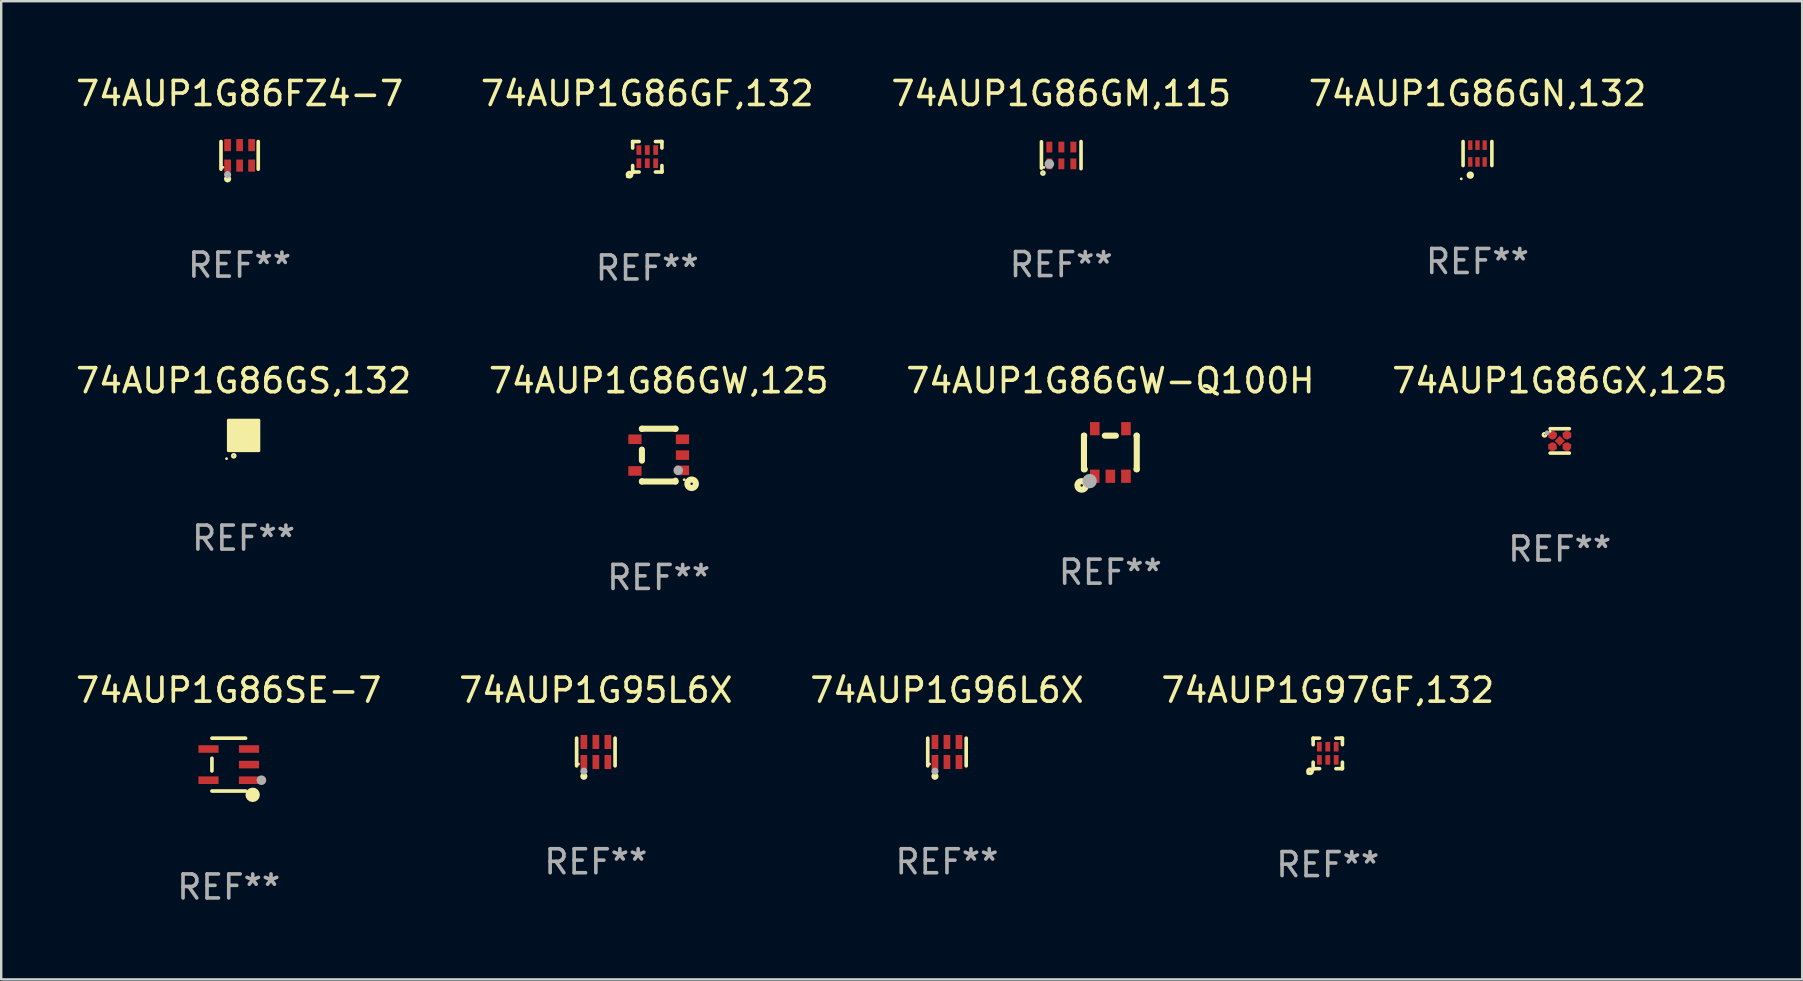
<source format=kicad_pcb>
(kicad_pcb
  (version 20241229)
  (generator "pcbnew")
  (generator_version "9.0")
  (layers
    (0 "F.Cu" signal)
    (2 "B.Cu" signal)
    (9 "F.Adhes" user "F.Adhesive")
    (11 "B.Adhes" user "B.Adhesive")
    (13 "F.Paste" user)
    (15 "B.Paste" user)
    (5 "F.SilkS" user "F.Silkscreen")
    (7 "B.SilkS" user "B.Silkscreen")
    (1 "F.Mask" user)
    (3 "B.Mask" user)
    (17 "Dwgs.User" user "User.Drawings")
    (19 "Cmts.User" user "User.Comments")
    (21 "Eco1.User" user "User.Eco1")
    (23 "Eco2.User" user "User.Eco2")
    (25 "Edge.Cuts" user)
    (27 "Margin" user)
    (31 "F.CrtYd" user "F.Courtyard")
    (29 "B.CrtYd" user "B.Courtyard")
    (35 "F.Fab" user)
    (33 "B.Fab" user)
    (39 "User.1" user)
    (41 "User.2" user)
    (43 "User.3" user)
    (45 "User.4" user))
  (footprint "74AUP1G86GM,115"
    (layer "F.Cu")
    (at 41.173 3.413)
    (property "Reference" "74AUP1G86GM,115" (at 0 -2.565 0) (layer "F.SilkS") (effects (font (size 1 1) (thickness 0.15))))
    (attr through_hole)
    (fp_line (start -0.825 -0.555) (end -0.825 0.545) (stroke (width 0.15) (type solid)) (layer "F.SilkS"))
    (fp_line (start 0.825 -0.565) (end 0.825 0.565) (stroke (width 0.15) (type solid)) (layer "F.SilkS"))
    (fp_circle (center -0.763 0.749) (end -0.695 0.749) (stroke (width 0.1) (type solid)) (fill no) (layer "F.SilkS"))
    (fp_circle (center -0.72 0.515) (end -0.69 0.515) (stroke (width 0.06) (type solid)) (fill no) (layer "F.SilkS"))
    (fp_circle (center -0.496 0.371) (end -0.396 0.371) (stroke (width 0.2) (type solid)) (fill no) (layer "F.Fab"))
    (fp_text user "REF**" (at 0 4.565 0) (layer "F.Fab") (effects (font (size 1 1) (thickness 0.15))))
    (pad "1" smd rect (at -0.495 0.365) (size 0.25 0.45) (layers "F.Cu" "F.Mask" "F.Paste"))
    (pad "2" smd rect (at 0.005 0.365) (size 0.25 0.45) (layers "F.Cu" "F.Mask" "F.Paste"))
    (pad "3" smd rect (at 0.505 0.365) (size 0.25 0.45) (layers "F.Cu" "F.Mask" "F.Paste"))
    (pad "4" smd rect (at 0.505 -0.335) (size 0.25 0.45) (layers "F.Cu" "F.Mask" "F.Paste"))
    (pad "5" smd rect (at 0.005 -0.335) (size 0.25 0.45) (layers "F.Cu" "F.Mask" "F.Paste"))
    (pad "6" smd rect (at -0.495 -0.335) (size 0.25 0.45) (layers "F.Cu" "F.Mask" "F.Paste")))
  (footprint "74AUP1G86GW,125"
    (layer "F.Cu")
    (at 24.399 15.915)
    (property "Reference" "74AUP1G86GW,125" (at 0 -3.1 0) (layer "F.SilkS") (effects (font (size 1 1) (thickness 0.15))))
    (attr through_hole)
    (fp_line (start -0.7 -1.1) (end 0.7 -1.1) (stroke (width 0.254) (type solid)) (layer "F.SilkS"))
    (fp_line (start -0.7 -1.09) (end -0.7 -1.1) (stroke (width 0.254) (type solid)) (layer "F.SilkS"))
    (fp_line (start -0.7 0.23) (end -0.7 -0.23) (stroke (width 0.254) (type solid)) (layer "F.SilkS"))
    (fp_line (start -0.7 1.1) (end -0.7 1.09) (stroke (width 0.254) (type solid)) (layer "F.SilkS"))
    (fp_line (start -0.7 1.1) (end 0.7 1.1) (stroke (width 0.254) (type solid)) (layer "F.SilkS"))
    (fp_line (start 0.7 -1.09) (end 0.7 -1.1) (stroke (width 0.254) (type solid)) (layer "F.SilkS"))
    (fp_line (start 0.7 1.1) (end 0.7 1.065) (stroke (width 0.254) (type solid)) (layer "F.SilkS"))
    (fp_circle (center 1.062 1.025) (end 1.092 1.025) (stroke (width 0.06) (type solid)) (fill no) (layer "F.SilkS"))
    (fp_circle (center 1.372 1.194) (end 1.422 1.194) (stroke (width 0.254) (type solid)) (fill no) (layer "F.SilkS"))
    (fp_circle (center 0.813 0.635) (end 0.913 0.635) (stroke (width 0.2) (type solid)) (fill no) (layer "F.Fab"))
    (fp_text user "REF**" (at 0 5.1 0) (layer "F.Fab") (effects (font (size 1 1) (thickness 0.15))))
    (pad "1" smd rect (at 0.991 0.635 270) (size 0.399 0.551) (layers "F.Cu" "F.Mask" "F.Paste"))
    (pad "2" smd rect (at 0.991 0.000051 270) (size 0.399 0.551) (layers "F.Cu" "F.Mask" "F.Paste"))
    (pad "3" smd rect (at 0.991 -0.66 270) (size 0.399 0.551) (layers "F.Cu" "F.Mask" "F.Paste"))
    (pad "4" smd rect (at -0.991 -0.66 270) (size 0.399 0.551) (layers "F.Cu" "F.Mask" "F.Paste"))
    (pad "5" smd rect (at -0.991 0.66 270) (size 0.399 0.551) (layers "F.Cu" "F.Mask" "F.Paste")))
  (footprint "74AUP1G97GF,132"
    (layer "F.Cu")
    (at 52.28 28.346)
    (property "Reference" "74AUP1G97GF,132" (at 0 -2.635 0) (layer "F.SilkS") (effects (font (size 1 1) (thickness 0.15))))
    (attr through_hole)
    (fp_line (start -0.61 0.635) (end -0.61 0.365) (stroke (width 0.15) (type solid)) (layer "F.SilkS"))
    (fp_line (start -0.61 -0.635) (end -0.34 -0.635) (stroke (width 0.15) (type solid)) (layer "F.SilkS"))
    (fp_line (start -0.61 -0.585) (end -0.61 -0.635) (stroke (width 0.15) (type solid)) (layer "F.SilkS"))
    (fp_line (start -0.61 -0.365) (end -0.61 -0.585) (stroke (width 0.15) (type solid)) (layer "F.SilkS"))
    (fp_line (start -0.56 0.635) (end -0.61 0.635) (stroke (width 0.15) (type solid)) (layer "F.SilkS"))
    (fp_line (start -0.34 0.635) (end -0.56 0.635) (stroke (width 0.15) (type solid)) (layer "F.SilkS"))
    (fp_line (start 0.34 -0.635) (end 0.56 -0.635) (stroke (width 0.15) (type solid)) (layer "F.SilkS"))
    (fp_line (start 0.56 -0.635) (end 0.61 -0.635) (stroke (width 0.15) (type solid)) (layer "F.SilkS"))
    (fp_line (start 0.61 -0.635) (end 0.61 -0.365) (stroke (width 0.15) (type solid)) (layer "F.SilkS"))
    (fp_line (start 0.61 0.365) (end 0.61 0.585) (stroke (width 0.15) (type solid)) (layer "F.SilkS"))
    (fp_line (start 0.61 0.585) (end 0.61 0.635) (stroke (width 0.15) (type solid)) (layer "F.SilkS"))
    (fp_line (start 0.61 0.635) (end 0.34 0.635) (stroke (width 0.15) (type solid)) (layer "F.SilkS"))
    (fp_circle (center -0.829 0.834) (end -0.799 0.834) (stroke (width 0.06) (type solid)) (fill no) (layer "F.SilkS"))
    (fp_circle (center -0.74 0.745) (end -0.726 0.745) (stroke (width 0.15) (type solid)) (fill no) (layer "F.SilkS"))
    (fp_text user "REF**" (at 0 4.635 0) (layer "F.Fab") (effects (font (size 1 1) (thickness 0.15))))
    (pad "1" smd rect (at -0.35 0.27) (size 0.2 0.4) (layers "F.Cu" "F.Mask" "F.Paste"))
    (pad "2" smd rect (at -0.000051 0.27) (size 0.2 0.4) (layers "F.Cu" "F.Mask" "F.Paste"))
    (pad "3" smd rect (at 0.35 0.27) (size 0.2 0.4) (layers "F.Cu" "F.Mask" "F.Paste"))
    (pad "4" smd rect (at 0.35 -0.28) (size 0.2 0.4) (layers "F.Cu" "F.Mask" "F.Paste"))
    (pad "5" smd rect (at -0.000051 -0.28) (size 0.2 0.4) (layers "F.Cu" "F.Mask" "F.Paste"))
    (pad "6" smd rect (at -0.35 -0.28) (size 0.2 0.4) (layers "F.Cu" "F.Mask" "F.Paste")))
  (footprint "74AUP1G86SE-7"
    (layer "F.Cu")
    (at 6.482 28.812)
    (property "Reference" "74AUP1G86SE-7" (at 0 -3.101 0) (layer "F.SilkS") (effects (font (size 1 1) (thickness 0.15))))
    (attr through_hole)
    (fp_line (start -0.701 -0.264) (end -0.701 0.264) (stroke (width 0.152) (type solid)) (layer "F.SilkS"))
    (fp_line (start 0.701 -1.101) (end -0.701 -1.101) (stroke (width 0.152) (type solid)) (layer "F.SilkS"))
    (fp_line (start 0.701 1.101) (end -0.701 1.101) (stroke (width 0.152) (type solid)) (layer "F.SilkS"))
    (fp_circle (center 0.997 1.26) (end 1.147 1.26) (stroke (width 0.3) (type solid)) (fill no) (layer "F.SilkS"))
    (fp_circle (center 1.063 1.025) (end 1.093 1.025) (stroke (width 0.06) (type solid)) (fill no) (layer "F.SilkS"))
    (fp_circle (center 1.362 0.65) (end 1.463 0.65) (stroke (width 0.2) (type solid)) (fill no) (layer "F.Fab"))
    (fp_text user "REF**" (at 0 5.101 0) (layer "F.Fab") (effects (font (size 1 1) (thickness 0.15))))
    (pad "1" smd rect (at 0.844 0.65) (size 0.839 0.315) (layers "F.Cu" "F.Mask" "F.Paste"))
    (pad "2" smd rect (at 0.844 0) (size 0.839 0.315) (layers "F.Cu" "F.Mask" "F.Paste"))
    (pad "3" smd rect (at 0.844 -0.65) (size 0.839 0.315) (layers "F.Cu" "F.Mask" "F.Paste"))
    (pad "4" smd rect (at -0.844 -0.65) (size 0.839 0.315) (layers "F.Cu" "F.Mask" "F.Paste"))
    (pad "5" smd rect (at -0.844 0.65) (size 0.839 0.315) (layers "F.Cu" "F.Mask" "F.Paste")))
  (footprint "74AUP1G86GF,132"
    (layer "F.Cu")
    (at 23.923 3.483)
    (property "Reference" "74AUP1G86GF,132" (at 0 -2.635 0) (layer "F.SilkS") (effects (font (size 1 1) (thickness 0.15))))
    (attr through_hole)
    (fp_line (start -0.61 0.635) (end -0.61 0.365) (stroke (width 0.15) (type solid)) (layer "F.SilkS"))
    (fp_line (start -0.61 -0.635) (end -0.34 -0.635) (stroke (width 0.15) (type solid)) (layer "F.SilkS"))
    (fp_line (start -0.61 -0.585) (end -0.61 -0.635) (stroke (width 0.15) (type solid)) (layer "F.SilkS"))
    (fp_line (start -0.61 -0.365) (end -0.61 -0.585) (stroke (width 0.15) (type solid)) (layer "F.SilkS"))
    (fp_line (start -0.56 0.635) (end -0.61 0.635) (stroke (width 0.15) (type solid)) (layer "F.SilkS"))
    (fp_line (start -0.34 0.635) (end -0.56 0.635) (stroke (width 0.15) (type solid)) (layer "F.SilkS"))
    (fp_line (start 0.34 -0.635) (end 0.56 -0.635) (stroke (width 0.15) (type solid)) (layer "F.SilkS"))
    (fp_line (start 0.56 -0.635) (end 0.61 -0.635) (stroke (width 0.15) (type solid)) (layer "F.SilkS"))
    (fp_line (start 0.61 -0.635) (end 0.61 -0.365) (stroke (width 0.15) (type solid)) (layer "F.SilkS"))
    (fp_line (start 0.61 0.365) (end 0.61 0.585) (stroke (width 0.15) (type solid)) (layer "F.SilkS"))
    (fp_line (start 0.61 0.585) (end 0.61 0.635) (stroke (width 0.15) (type solid)) (layer "F.SilkS"))
    (fp_line (start 0.61 0.635) (end 0.34 0.635) (stroke (width 0.15) (type solid)) (layer "F.SilkS"))
    (fp_circle (center -0.829 0.834) (end -0.799 0.834) (stroke (width 0.06) (type solid)) (fill no) (layer "F.SilkS"))
    (fp_circle (center -0.74 0.745) (end -0.726 0.745) (stroke (width 0.15) (type solid)) (fill no) (layer "F.SilkS"))
    (fp_text user "REF**" (at 0 4.635 0) (layer "F.Fab") (effects (font (size 1 1) (thickness 0.15))))
    (pad "1" smd rect (at -0.35 0.27) (size 0.2 0.4) (layers "F.Cu" "F.Mask" "F.Paste"))
    (pad "2" smd rect (at -0.000051 0.27) (size 0.2 0.4) (layers "F.Cu" "F.Mask" "F.Paste"))
    (pad "3" smd rect (at 0.35 0.27) (size 0.2 0.4) (layers "F.Cu" "F.Mask" "F.Paste"))
    (pad "4" smd rect (at 0.35 -0.28) (size 0.2 0.4) (layers "F.Cu" "F.Mask" "F.Paste"))
    (pad "5" smd rect (at -0.000051 -0.28) (size 0.2 0.4) (layers "F.Cu" "F.Mask" "F.Paste"))
    (pad "6" smd rect (at -0.35 -0.28) (size 0.2 0.4) (layers "F.Cu" "F.Mask" "F.Paste")))
  (footprint "74AUP1G96L6X"
    (layer "F.Cu")
    (at 36.411 28.287)
    (property "Reference" "74AUP1G96L6X" (at 0 -2.576 0) (layer "F.SilkS") (effects (font (size 1 1) (thickness 0.15))))
    (attr through_hole)
    (fp_line (start -0.801 0.576) (end -0.801 -0.576) (stroke (width 0.152) (type solid)) (layer "F.SilkS"))
    (fp_line (start 0.801 0.576) (end 0.801 -0.576) (stroke (width 0.152) (type solid)) (layer "F.SilkS"))
    (fp_circle (center -0.725 0.5) (end -0.695 0.5) (stroke (width 0.06) (type solid)) (fill no) (layer "F.SilkS"))
    (fp_circle (center -0.5 1.01) (end -0.425 1.01) (stroke (width 0.15) (type solid)) (fill no) (layer "F.SilkS"))
    (fp_circle (center -0.5 0.8) (end -0.425 0.8) (stroke (width 0.15) (type solid)) (fill no) (layer "F.Fab"))
    (fp_text user "REF**" (at 0 4.576 0) (layer "F.Fab") (effects (font (size 1 1) (thickness 0.15))))
    (pad "1" smd rect (at -0.5 0.418) (size 0.28 0.585) (layers "F.Cu" "F.Mask" "F.Paste"))
    (pad "2" smd rect (at 0 0.418) (size 0.28 0.585) (layers "F.Cu" "F.Mask" "F.Paste"))
    (pad "3" smd rect (at 0.5 0.418) (size 0.28 0.585) (layers "F.Cu" "F.Mask" "F.Paste"))
    (pad "4" smd rect (at 0.5 -0.418) (size 0.28 0.585) (layers "F.Cu" "F.Mask" "F.Paste"))
    (pad "5" smd rect (at 0 -0.418) (size 0.28 0.585) (layers "F.Cu" "F.Mask" "F.Paste"))
    (pad "6" smd rect (at -0.5 -0.418) (size 0.28 0.585) (layers "F.Cu" "F.Mask" "F.Paste")))
  (footprint "74AUP1G86GN,132"
    (layer "F.Cu")
    (at 58.518 3.348)
    (property "Reference" "74AUP1G86GN,132" (at 0 -2.5 0) (layer "F.SilkS") (effects (font (size 1 1) (thickness 0.15))))
    (attr through_hole)
    (fp_line (start -0.6 -0.5) (end -0.6 0.5) (stroke (width 0.15) (type solid)) (layer "F.SilkS"))
    (fp_line (start 0.6 0.5) (end 0.6 -0.5) (stroke (width 0.15) (type solid)) (layer "F.SilkS"))
    (fp_circle (center -0.675 1.055) (end -0.645 1.055) (stroke (width 0.06) (type solid)) (fill no) (layer "F.SilkS"))
    (fp_circle (center -0.3 0.9) (end -0.22 0.9) (stroke (width 0.15) (type solid)) (fill no) (layer "F.SilkS"))
    (fp_text user "REF**" (at 0 4.5 0) (layer "F.Fab") (effects (font (size 1 1) (thickness 0.15))))
    (pad "1" smd rect (at -0.3 0.35) (size 0.18 0.4) (layers "F.Cu" "F.Mask" "F.Paste"))
    (pad "2" smd rect (at 0.000025 0.35) (size 0.18 0.4) (layers "F.Cu" "F.Mask" "F.Paste"))
    (pad "3" smd rect (at 0.3 0.35) (size 0.18 0.4) (layers "F.Cu" "F.Mask" "F.Paste"))
    (pad "4" smd rect (at 0.3 -0.35) (size 0.18 0.4) (layers "F.Cu" "F.Mask" "F.Paste"))
    (pad "5" smd rect (at 0.000025 -0.35) (size 0.18 0.4) (layers "F.Cu" "F.Mask" "F.Paste"))
    (pad "6" smd rect (at -0.3 -0.35) (size 0.18 0.4) (layers "F.Cu" "F.Mask" "F.Paste")))
  (footprint "74AUP1G86GS,132"
    (layer "F.Cu")
    (at 7.101 15.095)
    (property "Reference" "74AUP1G86GS,132" (at 0 -2.28 0) (layer "F.SilkS") (effects (font (size 1 1) (thickness 0.15))))
    (attr through_hole)
    (fp_circle (center -0.71 0.968) (end -0.68 0.968) (stroke (width 0.06) (type solid)) (fill no) (layer "F.SilkS"))
    (fp_circle (center -0.41 0.85) (end -0.342 0.85) (stroke (width 0.1) (type solid)) (fill no) (layer "F.SilkS"))
    (fp_poly (pts (xy -0.635 -0.635) (xy 0.635 -0.635) (xy 0.635 0.635) (xy -0.635 0.635)) (stroke (width 0.12) (type solid)) (fill yes) (layer "F.SilkS"))
    (fp_text user "REF**" (at 0 4.28 0) (layer "F.Fab") (effects (font (size 1 1) (thickness 0.15))))
    (pad "1" smd rect (at -0.35 0.28 90) (size 0.35 0.2) (layers "F.Cu" "F.Mask" "F.Paste"))
    (pad "2" smd rect (at 0 0.28 90) (size 0.35 0.2) (layers "F.Cu" "F.Mask" "F.Paste"))
    (pad "3" smd rect (at 0.35 0.28 90) (size 0.35 0.2) (layers "F.Cu" "F.Mask" "F.Paste"))
    (pad "4" smd rect (at 0.35 -0.28 90) (size 0.35 0.2) (layers "F.Cu" "F.Mask" "F.Paste"))
    (pad "5" smd rect (at 0 -0.28 90) (size 0.35 0.2) (layers "F.Cu" "F.Mask" "F.Paste"))
    (pad "6" smd rect (at -0.35 -0.28 90) (size 0.35 0.2) (layers "F.Cu" "F.Mask" "F.Paste")))
  (footprint "74AUP1G86GW-Q100H"
    (layer "F.Cu")
    (at 43.22 15.805)
    (property "Reference" "74AUP1G86GW-Q100H" (at 0 -2.991 0) (layer "F.SilkS") (effects (font (size 1 1) (thickness 0.15))))
    (attr through_hole)
    (fp_line (start -1.1 -0.7) (end -1.1 0.7) (stroke (width 0.254) (type solid)) (layer "F.SilkS"))
    (fp_line (start -1.1 -0.7) (end -1.09 -0.7) (stroke (width 0.254) (type solid)) (layer "F.SilkS"))
    (fp_line (start -1.1 0.7) (end -1.065 0.7) (stroke (width 0.254) (type solid)) (layer "F.SilkS"))
    (fp_line (start -0.23 -0.7) (end 0.23 -0.7) (stroke (width 0.254) (type solid)) (layer "F.SilkS"))
    (fp_line (start 1.09 -0.7) (end 1.1 -0.7) (stroke (width 0.254) (type solid)) (layer "F.SilkS"))
    (fp_line (start 1.09 0.7) (end 1.1 0.7) (stroke (width 0.254) (type solid)) (layer "F.SilkS"))
    (fp_line (start 1.1 -0.7) (end 1.1 0.7) (stroke (width 0.254) (type solid)) (layer "F.SilkS"))
    (fp_circle (center -1.194 1.372) (end -1.143 1.372) (stroke (width 0.254) (type solid)) (fill no) (layer "F.SilkS"))
    (fp_circle (center -1.05 1.063) (end -1.02 1.063) (stroke (width 0.06) (type solid)) (fill no) (layer "F.SilkS"))
    (fp_circle (center -0.864 1.194) (end -0.713 1.194) (stroke (width 0.3) (type solid)) (fill no) (layer "F.Fab"))
    (fp_text user "REF**" (at 0 4.991 0) (layer "F.Fab") (effects (font (size 1 1) (thickness 0.15))))
    (pad "1" smd rect (at -0.65 0.991 180) (size 0.399 0.551) (layers "F.Cu" "F.Mask" "F.Paste"))
    (pad "2" smd rect (at 0 0.991 180) (size 0.399 0.551) (layers "F.Cu" "F.Mask" "F.Paste"))
    (pad "3" smd rect (at 0.65 0.991 180) (size 0.399 0.551) (layers "F.Cu" "F.Mask" "F.Paste"))
    (pad "4" smd rect (at 0.65 -0.991 180) (size 0.399 0.551) (layers "F.Cu" "F.Mask" "F.Paste"))
    (pad "5" smd rect (at -0.65 -0.991 180) (size 0.399 0.551) (layers "F.Cu" "F.Mask" "F.Paste")))
  (footprint "74AUP1G95L6X"
    (layer "F.Cu")
    (at 21.78 28.287)
    (property "Reference" "74AUP1G95L6X" (at 0 -2.576 0) (layer "F.SilkS") (effects (font (size 1 1) (thickness 0.15))))
    (attr through_hole)
    (fp_line (start -0.801 0.576) (end -0.801 -0.576) (stroke (width 0.152) (type solid)) (layer "F.SilkS"))
    (fp_line (start 0.801 0.576) (end 0.801 -0.576) (stroke (width 0.152) (type solid)) (layer "F.SilkS"))
    (fp_circle (center -0.725 0.5) (end -0.695 0.5) (stroke (width 0.06) (type solid)) (fill no) (layer "F.SilkS"))
    (fp_circle (center -0.5 1.01) (end -0.425 1.01) (stroke (width 0.15) (type solid)) (fill no) (layer "F.SilkS"))
    (fp_circle (center -0.5 0.8) (end -0.425 0.8) (stroke (width 0.15) (type solid)) (fill no) (layer "F.Fab"))
    (fp_text user "REF**" (at 0 4.576 0) (layer "F.Fab") (effects (font (size 1 1) (thickness 0.15))))
    (pad "1" smd rect (at -0.5 0.418) (size 0.28 0.585) (layers "F.Cu" "F.Mask" "F.Paste"))
    (pad "2" smd rect (at 0 0.418) (size 0.28 0.585) (layers "F.Cu" "F.Mask" "F.Paste"))
    (pad "3" smd rect (at 0.5 0.418) (size 0.28 0.585) (layers "F.Cu" "F.Mask" "F.Paste"))
    (pad "4" smd rect (at 0.5 -0.418) (size 0.28 0.585) (layers "F.Cu" "F.Mask" "F.Paste"))
    (pad "5" smd rect (at 0 -0.418) (size 0.28 0.585) (layers "F.Cu" "F.Mask" "F.Paste"))
    (pad "6" smd rect (at -0.5 -0.418) (size 0.28 0.585) (layers "F.Cu" "F.Mask" "F.Paste")))
  (footprint "74AUP1G86FZ4-7"
    (layer "F.Cu")
    (at 6.935 3.424)
    (property "Reference" "74AUP1G86FZ4-7" (at 0 -2.576 0) (layer "F.SilkS") (effects (font (size 1 1) (thickness 0.15))))
    (attr through_hole)
    (fp_line (start -0.776 0.576) (end -0.776 -0.576) (stroke (width 0.152) (type solid)) (layer "F.SilkS"))
    (fp_line (start 0.776 0.576) (end 0.776 -0.576) (stroke (width 0.152) (type solid)) (layer "F.SilkS"))
    (fp_circle (center -0.7 0.5) (end -0.67 0.5) (stroke (width 0.06) (type solid)) (fill no) (layer "F.SilkS"))
    (fp_circle (center -0.5 0.98) (end -0.425 0.98) (stroke (width 0.15) (type solid)) (fill no) (layer "F.SilkS"))
    (fp_circle (center -0.5 0.8) (end -0.425 0.8) (stroke (width 0.15) (type solid)) (fill no) (layer "F.Fab"))
    (fp_text user "REF**" (at 0 4.576 0) (layer "F.Fab") (effects (font (size 1 1) (thickness 0.15))))
    (pad "1" smd rect (at -0.5 0.427) (size 0.28 0.505) (layers "F.Cu" "F.Mask" "F.Paste"))
    (pad "2" smd rect (at 0 0.427) (size 0.28 0.505) (layers "F.Cu" "F.Mask" "F.Paste"))
    (pad "3" smd rect (at 0.5 0.427) (size 0.28 0.505) (layers "F.Cu" "F.Mask" "F.Paste"))
    (pad "4" smd rect (at 0.5 -0.427) (size 0.28 0.505) (layers "F.Cu" "F.Mask" "F.Paste"))
    (pad "5" smd rect (at 0 -0.427) (size 0.28 0.505) (layers "F.Cu" "F.Mask" "F.Paste"))
    (pad "6" smd rect (at -0.5 -0.427) (size 0.28 0.505) (layers "F.Cu" "F.Mask" "F.Paste")))
  (footprint "74AUP1G86GX,125"
    (layer "F.Cu")
    (at 61.946 15.323)
    (property "Reference" "74AUP1G86GX,125" (at 0 -2.508 0) (layer "F.SilkS") (effects (font (size 1 1) (thickness 0.15))))
    (attr through_hole)
    (fp_line (start 0.4 -0.508) (end -0.4 -0.508) (stroke (width 0.15) (type solid)) (layer "F.SilkS"))
    (fp_line (start 0.4 0.508) (end -0.4 0.508) (stroke (width 0.15) (type solid)) (layer "F.SilkS"))
    (fp_circle (center -0.635 -0.254) (end -0.615 -0.254) (stroke (width 0.1) (type solid)) (fill no) (layer "F.SilkS"))
    (fp_circle (center -0.401 -0.4) (end -0.371 -0.4) (stroke (width 0.06) (type solid)) (fill no) (layer "F.SilkS"))
    (fp_circle (center -0.523 -0.337) (end -0.473 -0.337) (stroke (width 0.1) (type solid)) (fill no) (layer "F.Fab"))
    (fp_text user "REF**" (at 0 4.508 0) (layer "F.Fab") (effects (font (size 1 1) (thickness 0.15))))
    (pad "1" smd custom (at -0.3 -0.24) (size 0.36 0.22) (layers "F.Cu" "F.Mask" "F.Paste") (options (anchor circle)) (primitives (gr_poly (pts (xy -0.18 -0.11) (xy -0.18 0.11) (xy 0.000127 0.11) (xy 0.18 -0.03) (xy 0.18 -0.11) (xy -0.18 -0.11)) (width 0) (fill yes))))
    (pad "2" smd custom (at -0.3 0.24) (size 0.36 0.22) (layers "F.Cu" "F.Mask" "F.Paste") (options (anchor circle)) (primitives (gr_poly (pts (xy -0.18 0.11) (xy -0.18 -0.11) (xy 0.000127 -0.11) (xy 0.18 0.03) (xy 0.18 0.11) (xy -0.18 0.11)) (width 0) (fill yes))))
    (pad "3" smd rect (at 0.000102 -0.000127 45) (size 0.3 0.3) (layers "F.Cu" "F.Mask" "F.Paste"))
    (pad "4" smd custom (at 0.3 0.24 180) (size 0.36 0.22) (layers "F.Cu" "F.Mask" "F.Paste") (options (anchor circle)) (primitives (gr_poly (pts (xy 0.18 0.11) (xy 0.18 -0.11) (xy -0.000178 -0.11) (xy -0.18 0.03) (xy -0.18 0.11) (xy 0.18 0.11)) (width 0) (fill yes))))
    (pad "5" smd custom (at 0.3 -0.24) (size 0.36 0.22) (layers "F.Cu" "F.Mask" "F.Paste") (options (anchor circle)) (primitives (gr_poly (pts (xy 0.18 -0.11) (xy 0.18 0.11) (xy -0.000152 0.11) (xy -0.18 -0.03) (xy -0.18 -0.11) (xy 0.18 -0.11)) (width 0) (fill yes)))))
  (gr_rect
    (start -3 -3)
    (end 72.048 37.762)
    (stroke (width 0.1) (type default))
    (fill no)
    (layer "Edge.Cuts")))
</source>
